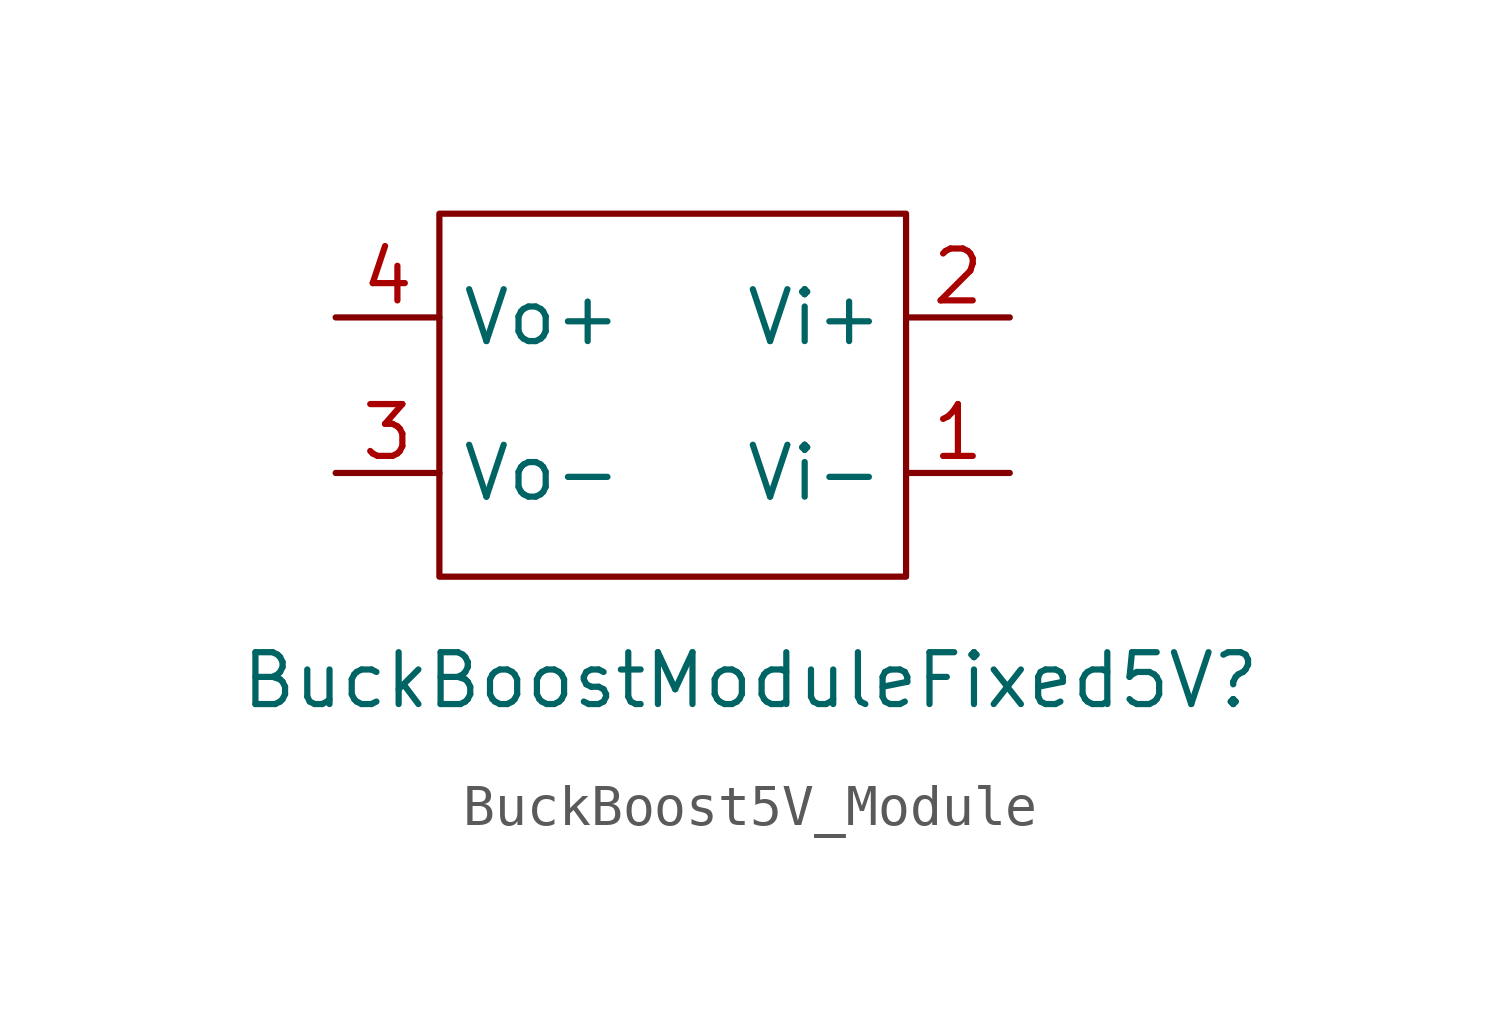
<source format=kicad_sym>
(kicad_symbol_lib
  (version 20241209)
  (generator "kicad_symbol_editor")
  (generator_version "9.0")
  (symbol "BuckBoost5V_Module"
    (property "Reference" "BuckBoostModuleFixed5V"
      (at 0 0 0)
      (effects (font (size 1.27 1.27))))
    (property "Value" ""
      (at 0 0 0)
      (effects (font (size 1.27 1.27))))
    (symbol "BuckBoost5V_Module_0_1"
      (rectangle (start -7.62 11.43) (end 3.81 2.54) (stroke (width 0) (type default)) (fill (type none))))
    (symbol "BuckBoost5V_Module_1_1"
      (pin power_out line (at -10.16 8.89 0) (length 2.54) (name "Vo+" (effects (font (size 1.27 1.27)))) (number "4" (effects (font (size 1.27 1.27)))))
      (pin power_out line (at -10.16 5.08 0) (length 2.54) (name "Vo-" (effects (font (size 1.27 1.27)))) (number "3" (effects (font (size 1.27 1.27)))))
      (pin power_in line (at 6.35 8.89 180) (length 2.54) (name "Vi+" (effects (font (size 1.27 1.27)))) (number "2" (effects (font (size 1.27 1.27)))))
      (pin power_in line (at 6.35 5.08 180) (length 2.54) (name "Vi-" (effects (font (size 1.27 1.27)))) (number "1" (effects (font (size 1.27 1.27))))))))
</source>
